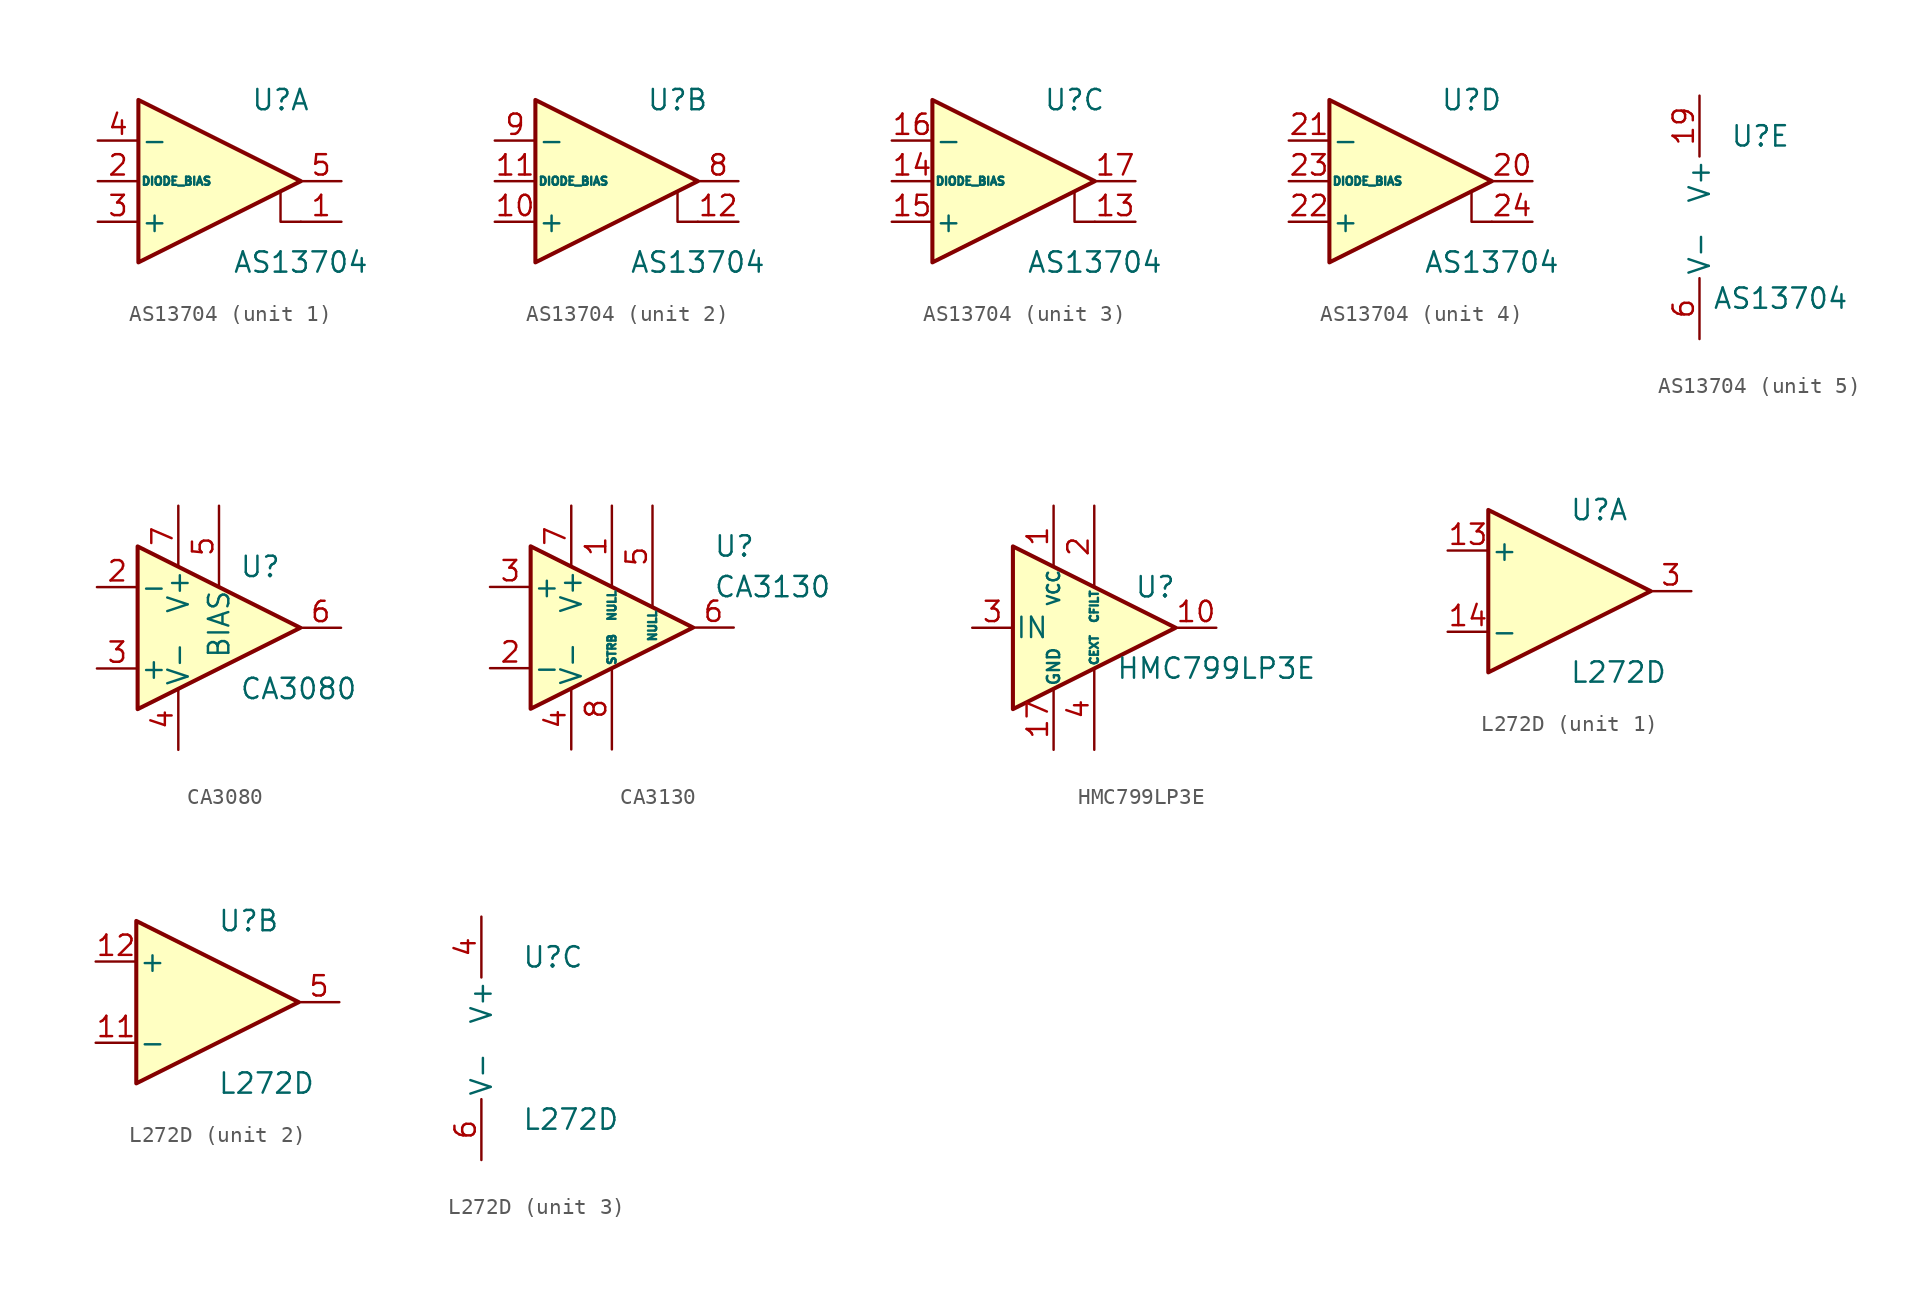
<source format=kicad_sym>
(kicad_symbol_lib
  (version 20201005)
  (generator kicad_symbol_editor)
  (symbol "Amplifier_Operational:AS13704"
    (pin_names
      (offset 0.127))
    (property "Reference" "U"
      (at 3.81 5.08 0)
      (effects (font (size 1.27 1.27))))
    (property "Value" "AS13704"
      (at 5.08 -5.08 0)
      (effects (font (size 1.27 1.27))))
    (property "ki_locked" ""
      (at 0 0 0)
      (effects (font (size 1.27 1.27))))
    (symbol "AS13704_1_1"
      (polyline (pts (xy 3.81 -0.635) (xy 3.81 -2.54) (xy 5.08 -2.54)) (stroke (width 0)) (fill (type none)))
      (polyline (pts (xy 5.08 0) (xy -5.08 -5.08) (xy -5.08 5.08) (xy 5.08 0)) (stroke (width 0.254)) (fill (type background)))
      (pin input line (at 7.62 -2.54 180) (length 2.54) (name "~" (effects (font (size 1.27 1.27)))) (number "1" (effects (font (size 1.27 1.27)))))
      (pin no_connect line (at 0 -2.54 180) (length 2.54) hide (name "NC" (effects (font (size 1.27 1.27)))) (number "18" (effects (font (size 1.27 1.27)))))
      (pin input line (at -7.62 0 0) (length 2.54) (name "DIODE_BIAS" (effects (font (size 0.508 0.508)))) (number "2" (effects (font (size 1.27 1.27)))))
      (pin input line (at -7.62 -2.54 0) (length 2.54) (name "+" (effects (font (size 1.27 1.27)))) (number "3" (effects (font (size 1.27 1.27)))))
      (pin input line (at -7.62 2.54 0) (length 2.54) (name "-" (effects (font (size 1.27 1.27)))) (number "4" (effects (font (size 1.27 1.27)))))
      (pin output line (at 7.62 0 180) (length 2.54) (name "~" (effects (font (size 1.27 1.27)))) (number "5" (effects (font (size 1.27 1.27)))))
      (pin no_connect line (at 0 2.54 180) (length 2.54) hide (name "NC" (effects (font (size 1.27 1.27)))) (number "7" (effects (font (size 1.27 1.27))))))
    (symbol "AS13704_2_1"
      (polyline (pts (xy 3.81 -0.635) (xy 3.81 -2.54) (xy 5.08 -2.54)) (stroke (width 0)) (fill (type none)))
      (polyline (pts (xy 5.08 0) (xy -5.08 -5.08) (xy -5.08 5.08) (xy 5.08 0)) (stroke (width 0.254)) (fill (type background)))
      (pin input line (at -7.62 -2.54 0) (length 2.54) (name "+" (effects (font (size 1.27 1.27)))) (number "10" (effects (font (size 1.27 1.27)))))
      (pin input line (at -7.62 0 0) (length 2.54) (name "DIODE_BIAS" (effects (font (size 0.508 0.508)))) (number "11" (effects (font (size 1.27 1.27)))))
      (pin input line (at 7.62 -2.54 180) (length 2.54) (name "~" (effects (font (size 1.27 1.27)))) (number "12" (effects (font (size 1.27 1.27)))))
      (pin output line (at 7.62 0 180) (length 2.54) (name "~" (effects (font (size 1.27 1.27)))) (number "8" (effects (font (size 1.27 1.27)))))
      (pin input line (at -7.62 2.54 0) (length 2.54) (name "-" (effects (font (size 1.27 1.27)))) (number "9" (effects (font (size 1.27 1.27))))))
    (symbol "AS13704_3_1"
      (polyline (pts (xy 3.81 -0.635) (xy 3.81 -2.54) (xy 5.08 -2.54)) (stroke (width 0)) (fill (type none)))
      (polyline (pts (xy 5.08 0) (xy -5.08 -5.08) (xy -5.08 5.08) (xy 5.08 0)) (stroke (width 0.254)) (fill (type background)))
      (pin input line (at 7.62 -2.54 180) (length 2.54) (name "~" (effects (font (size 1.27 1.27)))) (number "13" (effects (font (size 1.27 1.27)))))
      (pin input line (at -7.62 0 0) (length 2.54) (name "DIODE_BIAS" (effects (font (size 0.508 0.508)))) (number "14" (effects (font (size 1.27 1.27)))))
      (pin input line (at -7.62 -2.54 0) (length 2.54) (name "+" (effects (font (size 1.27 1.27)))) (number "15" (effects (font (size 1.27 1.27)))))
      (pin input line (at -7.62 2.54 0) (length 2.54) (name "-" (effects (font (size 1.27 1.27)))) (number "16" (effects (font (size 1.27 1.27)))))
      (pin output line (at 7.62 0 180) (length 2.54) (name "~" (effects (font (size 1.27 1.27)))) (number "17" (effects (font (size 1.27 1.27))))))
    (symbol "AS13704_4_1"
      (polyline (pts (xy 3.81 -0.635) (xy 3.81 -2.54) (xy 5.08 -2.54)) (stroke (width 0)) (fill (type none)))
      (polyline (pts (xy 5.08 0) (xy -5.08 -5.08) (xy -5.08 5.08) (xy 5.08 0)) (stroke (width 0.254)) (fill (type background)))
      (pin output line (at 7.62 0 180) (length 2.54) (name "~" (effects (font (size 1.27 1.27)))) (number "20" (effects (font (size 1.27 1.27)))))
      (pin input line (at -7.62 2.54 0) (length 2.54) (name "-" (effects (font (size 1.27 1.27)))) (number "21" (effects (font (size 1.27 1.27)))))
      (pin input line (at -7.62 -2.54 0) (length 2.54) (name "+" (effects (font (size 1.27 1.27)))) (number "22" (effects (font (size 1.27 1.27)))))
      (pin input line (at -7.62 0 0) (length 2.54) (name "DIODE_BIAS" (effects (font (size 0.508 0.508)))) (number "23" (effects (font (size 1.27 1.27)))))
      (pin input line (at 7.62 -2.54 180) (length 2.54) (name "~" (effects (font (size 1.27 1.27)))) (number "24" (effects (font (size 1.27 1.27))))))
    (symbol "AS13704_5_1"
      (pin power_in line (at 0 7.62 270) (length 3.81) (name "V+" (effects (font (size 1.27 1.27)))) (number "19" (effects (font (size 1.27 1.27)))))
      (pin power_in line (at 0 -7.62 90) (length 3.81) (name "V-" (effects (font (size 1.27 1.27)))) (number "6" (effects (font (size 1.27 1.27)))))))
  (symbol "Amplifier_Operational:CA3080"
    (pin_names
      (offset 0.127))
    (property "Reference" "U"
      (at 1.27 3.81 0)
      (effects (font (size 1.27 1.27)) (justify left)))
    (property "Value" "CA3080"
      (at 1.27 -3.81 0)
      (effects (font (size 1.27 1.27)) (justify left)))
    (symbol "CA3080_0_1"
      (polyline (pts (xy 5.08 0) (xy -5.08 -5.08) (xy -5.08 5.08) (xy 5.08 0)) (stroke (width 0.254)) (fill (type background))))
    (symbol "CA3080_1_1"
      (pin no_connect line (at -2.54 2.54 270) (length 2.54) hide (name "NC" (effects (font (size 1.27 1.27)))) (number "1" (effects (font (size 1.27 1.27)))))
      (pin input line (at -7.62 2.54 0) (length 2.54) (name "-" (effects (font (size 1.27 1.27)))) (number "2" (effects (font (size 1.27 1.27)))))
      (pin input line (at -7.62 -2.54 0) (length 2.54) (name "+" (effects (font (size 1.27 1.27)))) (number "3" (effects (font (size 1.27 1.27)))))
      (pin power_in line (at -2.54 -7.62 90) (length 3.81) (name "V-" (effects (font (size 1.27 1.27)))) (number "4" (effects (font (size 1.27 1.27)))))
      (pin passive line (at 0 7.62 270) (length 5.08) (name "BIAS" (effects (font (size 1.27 1.27)))) (number "5" (effects (font (size 1.27 1.27)))))
      (pin output line (at 7.62 0 180) (length 2.54) (name "~" (effects (font (size 1.27 1.27)))) (number "6" (effects (font (size 1.27 1.27)))))
      (pin power_in line (at -2.54 7.62 270) (length 3.81) (name "V+" (effects (font (size 1.27 1.27)))) (number "7" (effects (font (size 1.27 1.27)))))
      (pin no_connect line (at 0 2.54 270) (length 2.54) hide (name "NC" (effects (font (size 1.27 1.27)))) (number "8" (effects (font (size 1.27 1.27)))))))
  (symbol "Amplifier_Operational:CA3130"
    (pin_names
      (offset 0.127))
    (property "Reference" "U"
      (at 6.35 5.08 0)
      (effects (font (size 1.27 1.27)) (justify left)))
    (property "Value" "CA3130"
      (at 6.35 2.54 0)
      (effects (font (size 1.27 1.27)) (justify left)))
    (symbol "CA3130_0_1"
      (polyline (pts (xy -5.08 5.08) (xy 5.08 0) (xy -5.08 -5.08) (xy -5.08 5.08)) (stroke (width 0.254)) (fill (type background))))
    (symbol "CA3130_1_1"
      (pin passive line (at 0 7.62 270) (length 5.08) (name "NULL" (effects (font (size 0.508 0.508)))) (number "1" (effects (font (size 1.27 1.27)))))
      (pin input line (at -7.62 -2.54 0) (length 2.54) (name "-" (effects (font (size 1.27 1.27)))) (number "2" (effects (font (size 1.27 1.27)))))
      (pin input line (at -7.62 2.54 0) (length 2.54) (name "+" (effects (font (size 1.27 1.27)))) (number "3" (effects (font (size 1.27 1.27)))))
      (pin power_in line (at -2.54 -7.62 90) (length 3.81) (name "V-" (effects (font (size 1.27 1.27)))) (number "4" (effects (font (size 1.27 1.27)))))
      (pin passive line (at 2.54 7.62 270) (length 6.35) (name "NULL" (effects (font (size 0.508 0.508)))) (number "5" (effects (font (size 1.27 1.27)))))
      (pin output line (at 7.62 0 180) (length 2.54) (name "~" (effects (font (size 1.27 1.27)))) (number "6" (effects (font (size 1.27 1.27)))))
      (pin power_in line (at -2.54 7.62 270) (length 3.81) (name "V+" (effects (font (size 1.27 1.27)))) (number "7" (effects (font (size 1.27 1.27)))))
      (pin passive line (at 0 -7.62 90) (length 5.08) (name "STRB" (effects (font (size 0.508 0.508)))) (number "8" (effects (font (size 1.27 1.27)))))))
  (symbol "Amplifier_Operational:HMC799LP3E"
    (pin_names
      (offset 0.127))
    (property "Reference" "U"
      (at 3.81 2.54 0)
      (effects (font (size 1.27 1.27))))
    (property "Value" "HMC799LP3E"
      (at 7.62 -2.54 0)
      (effects (font (size 1.27 1.27))))
    (symbol "HMC799LP3E_0_0"
      (pin no_connect line (at 0 0 90) (length 2.54) hide (name "NC" (effects (font (size 1.27 1.27)))) (number "11" (effects (font (size 1.27 1.27)))))
      (pin passive line (at -2.54 7.62 270) (length 3.81) hide (name "VCC" (effects (font (size 0.762 0.762)))) (number "12" (effects (font (size 1.27 1.27)))))
      (pin no_connect line (at 2.54 0 90) (length 2.54) hide (name "NC" (effects (font (size 1.27 1.27)))) (number "13" (effects (font (size 1.27 1.27)))))
      (pin passive line (at -2.54 7.62 270) (length 3.81) hide (name "VCC" (effects (font (size 0.762 0.762)))) (number "14" (effects (font (size 1.27 1.27)))))
      (pin no_connect line (at -2.54 2.54 0) (length 2.54) hide (name "NC" (effects (font (size 1.27 1.27)))) (number "15" (effects (font (size 1.27 1.27)))))
      (pin no_connect line (at -2.54 -2.54 0) (length 2.54) hide (name "NC" (effects (font (size 1.27 1.27)))) (number "16" (effects (font (size 1.27 1.27)))))
      (pin no_connect line (at -5.08 5.08 0) (length 2.54) hide (name "NC" (effects (font (size 1.27 1.27)))) (number "5" (effects (font (size 1.27 1.27)))))
      (pin no_connect line (at -5.08 2.54 0) (length 2.54) hide (name "NC" (effects (font (size 1.27 1.27)))) (number "6" (effects (font (size 1.27 1.27)))))
      (pin no_connect line (at -5.08 -2.54 0) (length 2.54) hide (name "NC" (effects (font (size 1.27 1.27)))) (number "7" (effects (font (size 1.27 1.27)))))
      (pin no_connect line (at -5.08 -5.08 0) (length 2.54) hide (name "NC" (effects (font (size 1.27 1.27)))) (number "8" (effects (font (size 1.27 1.27)))))
      (pin no_connect line (at -2.54 0 90) (length 2.54) hide (name "NC" (effects (font (size 1.27 1.27)))) (number "9" (effects (font (size 1.27 1.27))))))
    (symbol "HMC799LP3E_0_1"
      (polyline (pts (xy 5.08 0) (xy -5.08 5.08) (xy -5.08 -5.08) (xy 5.08 0)) (stroke (width 0.254)) (fill (type background))))
    (symbol "HMC799LP3E_1_1"
      (pin power_in line (at -2.54 7.62 270) (length 3.81) (name "VCC" (effects (font (size 0.762 0.762)))) (number "1" (effects (font (size 1.27 1.27)))))
      (pin output line (at 7.62 0 180) (length 2.54) (name "~" (effects (font (size 1.27 1.27)))) (number "10" (effects (font (size 1.27 1.27)))))
      (pin power_in line (at -2.54 -7.62 90) (length 3.81) (name "GND" (effects (font (size 0.762 0.762)))) (number "17" (effects (font (size 1.27 1.27)))))
      (pin passive line (at 0 7.62 270) (length 5.08) (name "CFILT" (effects (font (size 0.508 0.508)))) (number "2" (effects (font (size 1.27 1.27)))))
      (pin input line (at -7.62 0 0) (length 2.54) (name "IN" (effects (font (size 1.27 1.27)))) (number "3" (effects (font (size 1.27 1.27)))))
      (pin passive line (at 0 -7.62 90) (length 5.08) (name "CEXT" (effects (font (size 0.508 0.508)))) (number "4" (effects (font (size 1.27 1.27)))))))
  (symbol "Amplifier_Operational:L272D"
    (pin_names
      (offset 0.127))
    (property "Reference" "U"
      (at 0 5.08 0)
      (effects (font (size 1.27 1.27)) (justify left)))
    (property "Value" "L272D"
      (at 0 -5.08 0)
      (effects (font (size 1.27 1.27)) (justify left)))
    (property "ki_locked" ""
      (at 0 0 0)
      (effects (font (size 1.27 1.27))))
    (symbol "L272D_1_1"
      (polyline (pts (xy -5.08 5.08) (xy 5.08 0) (xy -5.08 -5.08) (xy -5.08 5.08)) (stroke (width 0.254)) (fill (type background)))
      (pin no_connect line (at -2.54 -2.54 90) (length 2.54) hide (name "NC" (effects (font (size 1.27 1.27)))) (number "1" (effects (font (size 1.27 1.27)))))
      (pin input line (at -7.62 2.54 0) (length 2.54) (name "+" (effects (font (size 1.27 1.27)))) (number "13" (effects (font (size 1.27 1.27)))))
      (pin input line (at -7.62 -2.54 0) (length 2.54) (name "-" (effects (font (size 1.27 1.27)))) (number "14" (effects (font (size 1.27 1.27)))))
      (pin no_connect line (at 0 -2.54 90) (length 2.54) hide (name "NC" (effects (font (size 1.27 1.27)))) (number "2" (effects (font (size 1.27 1.27)))))
      (pin output line (at 7.62 0 180) (length 2.54) (name "~" (effects (font (size 1.27 1.27)))) (number "3" (effects (font (size 1.27 1.27)))))
      (pin no_connect line (at -2.54 2.54 90) (length 2.54) hide (name "NC" (effects (font (size 1.27 1.27)))) (number "7" (effects (font (size 1.27 1.27)))))
      (pin no_connect line (at 0 2.54 90) (length 2.54) hide (name "NC" (effects (font (size 1.27 1.27)))) (number "8" (effects (font (size 1.27 1.27))))))
    (symbol "L272D_2_1"
      (polyline (pts (xy -5.08 5.08) (xy 5.08 0) (xy -5.08 -5.08) (xy -5.08 5.08)) (stroke (width 0.254)) (fill (type background)))
      (pin no_connect line (at 0 -2.54 270) (length 2.54) hide (name "NC" (effects (font (size 1.27 1.27)))) (number "10" (effects (font (size 1.27 1.27)))))
      (pin input line (at -7.62 -2.54 0) (length 2.54) (name "-" (effects (font (size 1.27 1.27)))) (number "11" (effects (font (size 1.27 1.27)))))
      (pin input line (at -7.62 2.54 0) (length 2.54) (name "+" (effects (font (size 1.27 1.27)))) (number "12" (effects (font (size 1.27 1.27)))))
      (pin no_connect line (at -2.54 2.54 270) (length 2.54) hide (name "NC" (effects (font (size 1.27 1.27)))) (number "15" (effects (font (size 1.27 1.27)))))
      (pin no_connect line (at 0 2.54 270) (length 2.54) hide (name "NC" (effects (font (size 1.27 1.27)))) (number "16" (effects (font (size 1.27 1.27)))))
      (pin output line (at 7.62 0 180) (length 2.54) (name "~" (effects (font (size 1.27 1.27)))) (number "5" (effects (font (size 1.27 1.27)))))
      (pin no_connect line (at -2.54 -2.54 270) (length 2.54) hide (name "NC" (effects (font (size 1.27 1.27)))) (number "9" (effects (font (size 1.27 1.27))))))
    (symbol "L272D_3_1"
      (pin power_in line (at -2.54 7.62 270) (length 3.81) (name "V+" (effects (font (size 1.27 1.27)))) (number "4" (effects (font (size 1.27 1.27)))))
      (pin power_in line (at -2.54 -7.62 90) (length 3.81) (name "V-" (effects (font (size 1.27 1.27)))) (number "6" (effects (font (size 1.27 1.27))))))))
</source>
